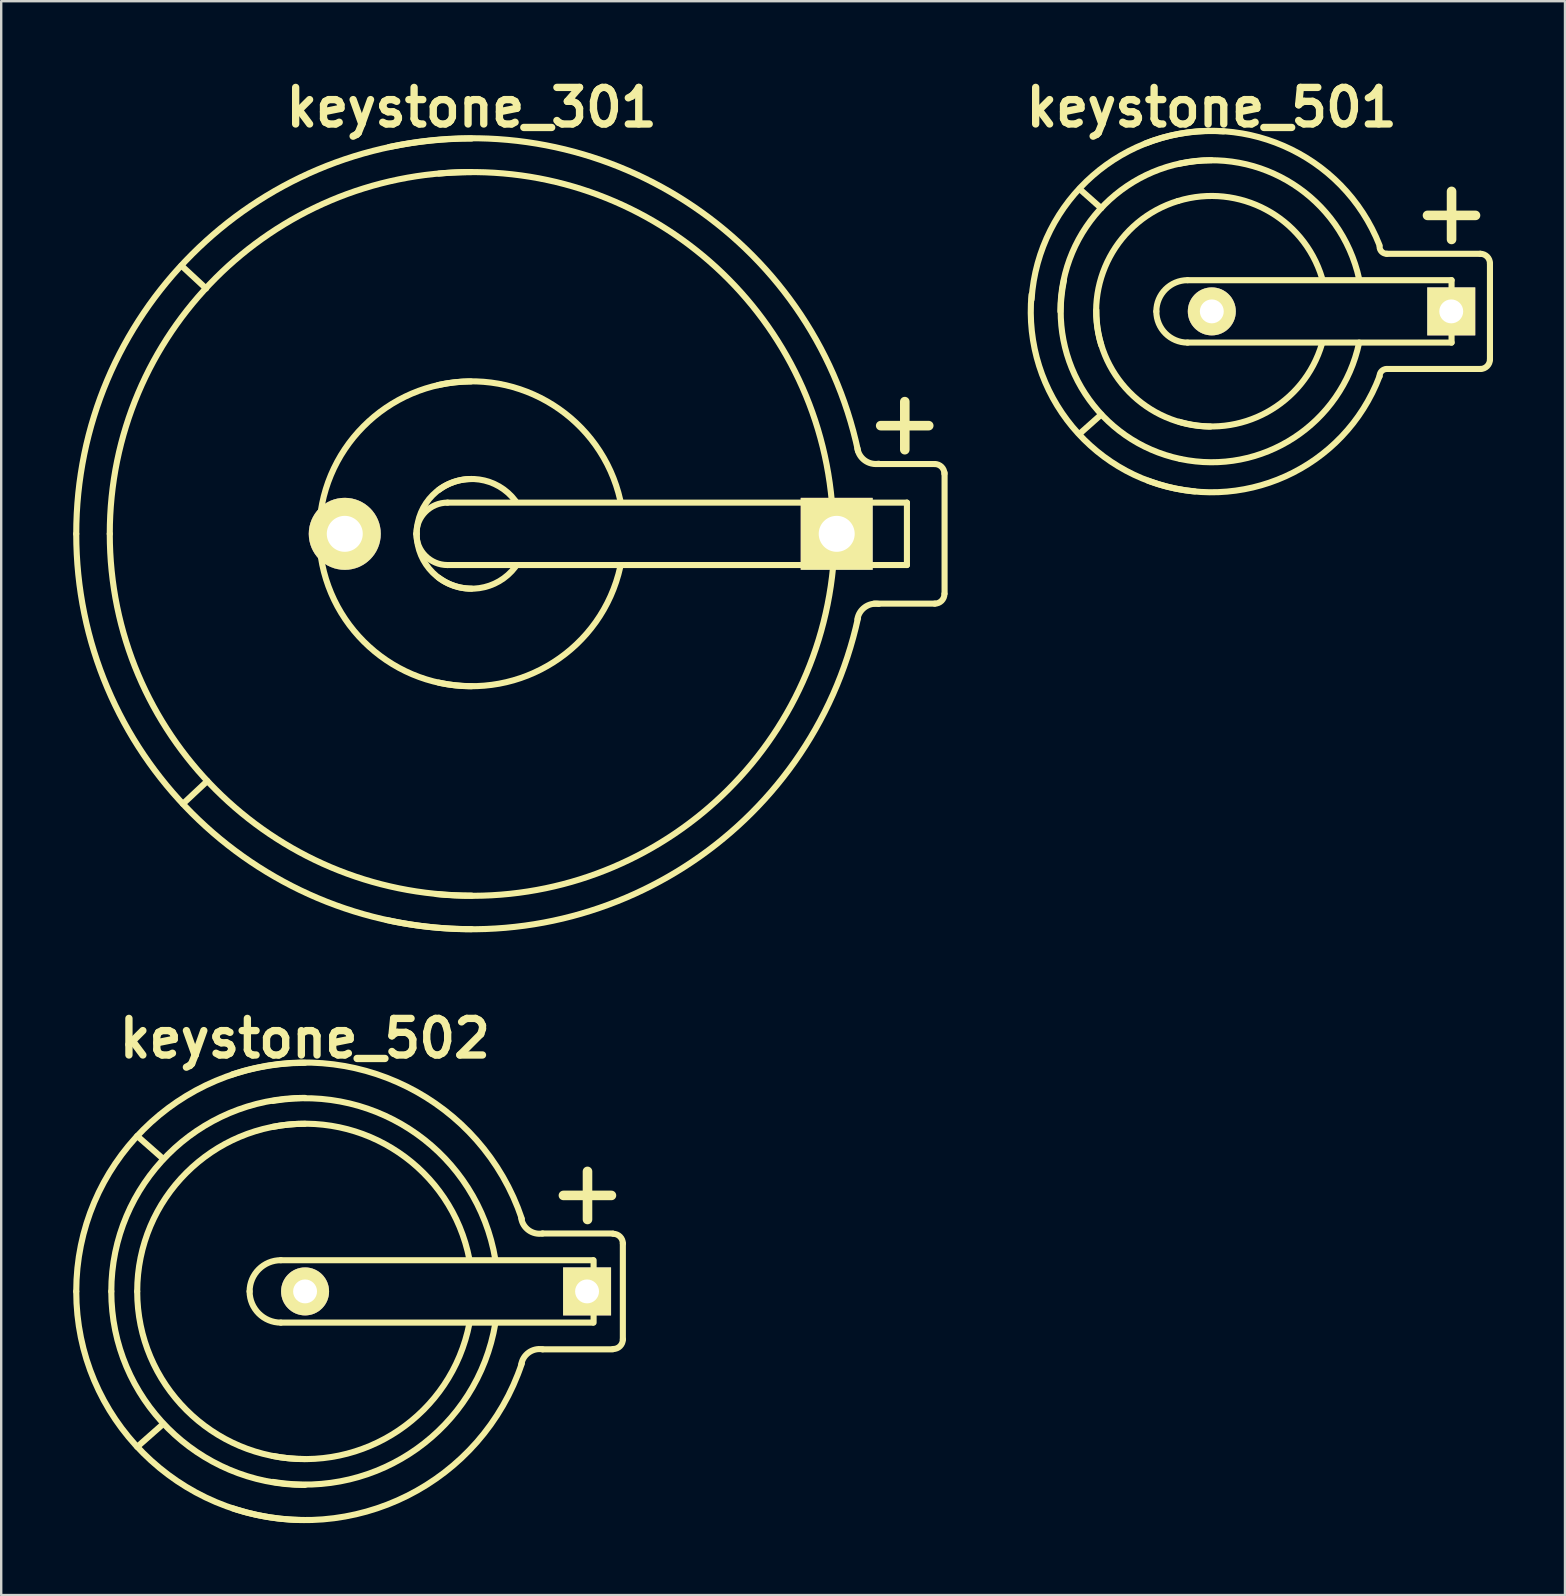
<source format=kicad_pcb>
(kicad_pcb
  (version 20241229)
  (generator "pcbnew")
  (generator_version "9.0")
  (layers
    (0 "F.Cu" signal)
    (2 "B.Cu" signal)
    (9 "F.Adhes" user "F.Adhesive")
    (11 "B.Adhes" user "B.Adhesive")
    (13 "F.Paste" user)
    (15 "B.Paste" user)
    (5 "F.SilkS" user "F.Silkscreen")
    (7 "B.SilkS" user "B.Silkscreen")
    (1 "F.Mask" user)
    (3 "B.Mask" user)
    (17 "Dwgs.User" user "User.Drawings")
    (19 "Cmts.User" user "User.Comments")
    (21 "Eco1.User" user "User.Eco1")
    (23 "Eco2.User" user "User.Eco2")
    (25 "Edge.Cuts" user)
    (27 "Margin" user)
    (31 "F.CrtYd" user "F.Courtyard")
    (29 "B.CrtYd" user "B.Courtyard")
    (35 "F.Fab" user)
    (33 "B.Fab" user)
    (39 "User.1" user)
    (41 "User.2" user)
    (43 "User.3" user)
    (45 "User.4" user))
  (footprint "keystone_301"
    (layer "F.Cu")
    (at 16.599 19.194)
    (property "Reference" "keystone_301" (at 0 -17.767 0) (layer "F.SilkS") (effects (font (size 1.524 1.524) (thickness 0.305))))
    (attr through_hole)
    (fp_line (start -11.062 -10.223) (end -12.09 -11.176) (stroke (width 0.254) (type solid)) (layer "F.SilkS"))
    (fp_line (start -11.011 10.3) (end -12.027 11.252) (stroke (width 0.254) (type solid)) (layer "F.SilkS"))
    (fp_line (start -1.001 -1.3) (end 15.199 -1.3) (stroke (width 0.254) (type solid)) (layer "F.SilkS"))
    (fp_line (start 14.732 -1.3) (end 18.141 -1.3) (stroke (width 0.254) (type solid)) (layer "F.SilkS"))
    (fp_line (start 15.199 1.3) (end -1.001 1.3) (stroke (width 0.254) (type solid)) (layer "F.SilkS"))
    (fp_line (start 15.215 1.3) (end 18.141 1.3) (stroke (width 0.254) (type solid)) (layer "F.SilkS"))
    (fp_line (start 17.048 -4.508) (end 19.05 -4.508) (stroke (width 0.399) (type solid)) (layer "F.SilkS"))
    (fp_line (start 18.052 -3.505) (end 18.052 -5.509) (stroke (width 0.399) (type solid)) (layer "F.SilkS"))
    (fp_line (start 18.141 -1.3) (end 18.141 1.3) (stroke (width 0.254) (type solid)) (layer "F.SilkS"))
    (fp_line (start 19.291 -2.908) (end 16.828 -2.908) (stroke (width 0.254) (type solid)) (layer "F.SilkS"))
    (fp_line (start 19.304 2.908) (end 16.777 2.908) (stroke (width 0.254) (type solid)) (layer "F.SilkS"))
    (fp_line (start 19.71 -2.54) (end 19.71 2.489) (stroke (width 0.254) (type solid)) (layer "F.SilkS"))
    (fp_arc (start -16.4719 0) (mid -11.647392 -11.647392) (end 0 -16.4719) (stroke (width 0.254) (type solid)) (layer "F.SilkS"))
    (fp_arc (start -15.0749 0) (mid -10.659564 -10.659564) (end 0 -15.0749) (stroke (width 0.254) (type solid)) (layer "F.SilkS"))
    (fp_arc (start -6.35 0.0254) (mid -4.508089 -4.472168) (end -0.0254 -6.35) (stroke (width 0.254) (type solid)) (layer "F.SilkS"))
    (fp_arc (start -3.4417 -16.1163) (mid 8.953315 -13.833314) (end 16.1036 -3.4544) (stroke (width 0.254) (type solid)) (layer "F.SilkS"))
    (fp_arc (start -2.30124 0) (mid -1.920338 -0.919578) (end -1.00076 -1.30048) (stroke (width 0.254) (type solid)) (layer "F.SilkS"))
    (fp_arc (start -2.286 0) (mid -1.616446 -1.616446) (end 0 -2.286) (stroke (width 0.254) (type solid)) (layer "F.SilkS"))
    (fp_arc (start -1.397 -6.1976) (mid 3.394537 -5.370193) (end 6.1976 -1.397) (stroke (width 0.254) (type solid)) (layer "F.SilkS"))
    (fp_arc (start -1.3716 -1.8288) (mid 0.323289 -2.263025) (end 1.8288 -1.3716) (stroke (width 0.254) (type solid)) (layer "F.SilkS"))
    (fp_arc (start -1.3589 -15.0114) (mid 9.653775 -11.57555) (end 15.0114 -1.3589) (stroke (width 0.254) (type solid)) (layer "F.SilkS"))
    (fp_arc (start -1.00076 1.30048) (mid -1.920338 0.919578) (end -2.30124 0) (stroke (width 0.254) (type solid)) (layer "F.SilkS"))
    (fp_arc (start 0 2.286) (mid -1.616446 1.616446) (end -2.286 0) (stroke (width 0.254) (type solid)) (layer "F.SilkS"))
    (fp_arc (start 0 6.35) (mid -4.490128 4.490128) (end -6.35 0) (stroke (width 0.254) (type solid)) (layer "F.SilkS"))
    (fp_arc (start 0 15.0749) (mid -10.659564 10.659564) (end -15.0749 0) (stroke (width 0.254) (type solid)) (layer "F.SilkS"))
    (fp_arc (start 0 16.4719) (mid -11.647392 11.647392) (end -16.4719 0) (stroke (width 0.254) (type solid)) (layer "F.SilkS"))
    (fp_arc (start 1.8288 1.3716) (mid 0.323289 2.263025) (end -1.3716 1.8288) (stroke (width 0.254) (type solid)) (layer "F.SilkS"))
    (fp_arc (start 6.1976 1.3716) (mid 3.412497 5.352233) (end -1.3716 6.1976) (stroke (width 0.254) (type solid)) (layer "F.SilkS"))
    (fp_arc (start 15.0622 1.4097) (mid 9.617854 11.632513) (end -1.4605 15.0114) (stroke (width 0.254) (type solid)) (layer "F.SilkS"))
    (fp_arc (start 16.0782 3.556) (mid 16.391187 3.054382) (end 16.9672 2.921) (stroke (width 0.254) (type solid)) (layer "F.SilkS"))
    (fp_arc (start 16.1036 3.5052) (mid 8.886734 13.867056) (end -3.5433 16.0909) (stroke (width 0.254) (type solid)) (layer "F.SilkS"))
    (fp_arc (start 16.9672 -2.921) (mid 16.391187 -3.054382) (end 16.0782 -3.556) (stroke (width 0.254) (type solid)) (layer "F.SilkS"))
    (fp_arc (start 19.30146 -2.9083) (mid 19.585236 -2.790756) (end 19.70278 -2.50698) (stroke (width 0.254) (type solid)) (layer "F.SilkS"))
    (fp_arc (start 19.70278 2.50698) (mid 19.585236 2.790756) (end 19.30146 2.9083) (stroke (width 0.254) (type solid)) (layer "F.SilkS"))
    (pad "1" thru_hole rect (at 15.215 0) (size 2.997 2.997) (drill 1.499) (layers "*.Cu" "*.Mask" "F.SilkS"))
    (pad "2" thru_hole circle (at -5.283 0) (size 3 3) (drill 1.499) (layers "*.Cu" "*.Mask" "F.SilkS")))
  (footprint "keystone_502"
    (layer "F.Cu")
    (at 9.652 50.761)
    (property "Reference" "keystone_502" (at 0 -10.541 0) (layer "F.SilkS") (effects (font (size 1.524 1.524) (thickness 0.305))))
    (attr through_hole)
    (fp_line (start -6.985 -6.477) (end -5.905 -5.524) (stroke (width 0.254) (type solid)) (layer "F.SilkS"))
    (fp_line (start -6.985 6.477) (end -5.905 5.524) (stroke (width 0.254) (type solid)) (layer "F.SilkS"))
    (fp_line (start -1.001 -1.3) (end 11.999 -1.3) (stroke (width 0.254) (type solid)) (layer "F.SilkS"))
    (fp_line (start 9.906 2.413) (end 12.827 2.413) (stroke (width 0.254) (type solid)) (layer "F.SilkS"))
    (fp_line (start 10.775 -4) (end 12.776 -4) (stroke (width 0.399) (type solid)) (layer "F.SilkS"))
    (fp_line (start 11.778 -2.997) (end 11.778 -5.001) (stroke (width 0.399) (type solid)) (layer "F.SilkS"))
    (fp_line (start 11.999 1.3) (end -1.001 1.3) (stroke (width 0.254) (type solid)) (layer "F.SilkS"))
    (fp_line (start 12.032 -1.3) (end 12.032 1.3) (stroke (width 0.254) (type solid)) (layer "F.SilkS"))
    (fp_line (start 12.827 -2.413) (end 9.906 -2.413) (stroke (width 0.254) (type solid)) (layer "F.SilkS"))
    (fp_line (start 13.251 1.999) (end 13.251 -1.999) (stroke (width 0.254) (type solid)) (layer "F.SilkS"))
    (fp_arc (start -9.525 0) (mid -6.735192 -6.735192) (end 0 -9.525) (stroke (width 0.254) (type solid)) (layer "F.SilkS"))
    (fp_arc (start -8.0645 0) (mid -5.702463 -5.702463) (end 0 -8.0645) (stroke (width 0.254) (type solid)) (layer "F.SilkS"))
    (fp_arc (start -6.985 0) (mid -4.939141 -4.939141) (end 0 -6.985) (stroke (width 0.254) (type solid)) (layer "F.SilkS"))
    (fp_arc (start -3.0226 -9.0424) (mid 4.256641 -8.531243) (end 9.0424 -3.0226) (stroke (width 0.254) (type solid)) (layer "F.SilkS"))
    (fp_arc (start -2.30124 0) (mid -1.920338 -0.919578) (end -1.00076 -1.30048) (stroke (width 0.254) (type solid)) (layer "F.SilkS"))
    (fp_arc (start -1.3335 -7.9375) (mid 4.669733 -6.555587) (end 7.9375 -1.3335) (stroke (width 0.254) (type solid)) (layer "F.SilkS"))
    (fp_arc (start -1.3335 -6.858) (mid 3.906411 -5.792265) (end 6.858 -1.3335) (stroke (width 0.254) (type solid)) (layer "F.SilkS"))
    (fp_arc (start -1.00076 1.30048) (mid -1.920338 0.919578) (end -2.30124 0) (stroke (width 0.254) (type solid)) (layer "F.SilkS"))
    (fp_arc (start 0 6.985) (mid -4.939141 4.939141) (end -6.985 0) (stroke (width 0.254) (type solid)) (layer "F.SilkS"))
    (fp_arc (start 0 8.0645) (mid -5.702463 5.702463) (end -8.0645 0) (stroke (width 0.254) (type solid)) (layer "F.SilkS"))
    (fp_arc (start 0 9.525) (mid -6.735192 6.735192) (end -9.525 0) (stroke (width 0.254) (type solid)) (layer "F.SilkS"))
    (fp_arc (start 6.858 1.3335) (mid 3.906411 5.792265) (end -1.3335 6.858) (stroke (width 0.254) (type solid)) (layer "F.SilkS"))
    (fp_arc (start 7.9375 1.3335) (mid 4.669733 6.555587) (end -1.3335 7.9375) (stroke (width 0.254) (type solid)) (layer "F.SilkS"))
    (fp_arc (start 9.017 3.048) (mid 9.329987 2.546382) (end 9.906 2.413) (stroke (width 0.254) (type solid)) (layer "F.SilkS"))
    (fp_arc (start 9.0424 2.9972) (mid 4.274602 8.513283) (end -2.9972 9.0424) (stroke (width 0.254) (type solid)) (layer "F.SilkS"))
    (fp_arc (start 9.906 -2.413) (mid 9.329987 -2.546382) (end 9.017 -3.048) (stroke (width 0.254) (type solid)) (layer "F.SilkS"))
    (fp_arc (start 12.84986 -2.4003) (mid 13.133636 -2.282756) (end 13.25118 -1.99898) (stroke (width 0.254) (type solid)) (layer "F.SilkS"))
    (fp_arc (start 13.25118 1.99898) (mid 13.133636 2.282756) (end 12.84986 2.4003) (stroke (width 0.254) (type solid)) (layer "F.SilkS"))
    (pad "1" thru_hole rect (at 11.76 0) (size 1.999 1.999) (drill 0.996) (layers "*.Cu" "*.Mask" "F.SilkS"))
    (pad "2" thru_hole circle (at 0.01 0) (size 1.999 1.999) (drill 0.996) (layers "*.Cu" "*.Mask" "F.SilkS")))
  (footprint "keystone_501"
    (layer "F.Cu")
    (at 47.434 9.925)
    (property "Reference" "keystone_501" (at 0 -8.499 0) (layer "F.SilkS") (effects (font (size 1.524 1.524) (thickness 0.305))))
    (attr through_hole)
    (fp_line (start -5.499 -5.1) (end -4.6 -4.3) (stroke (width 0.254) (type solid)) (layer "F.SilkS"))
    (fp_line (start -5.499 5.1) (end -4.6 4.3) (stroke (width 0.254) (type solid)) (layer "F.SilkS"))
    (fp_line (start -1.001 -1.3) (end 10 -1.3) (stroke (width 0.254) (type solid)) (layer "F.SilkS"))
    (fp_line (start 8.997 -4) (end 10.998 -4) (stroke (width 0.399) (type solid)) (layer "F.SilkS"))
    (fp_line (start 10 -2.997) (end 10 -5.001) (stroke (width 0.399) (type solid)) (layer "F.SilkS"))
    (fp_line (start 10 -1.3) (end 10 1.3) (stroke (width 0.254) (type solid)) (layer "F.SilkS"))
    (fp_line (start 10 1.3) (end -1.001 1.3) (stroke (width 0.254) (type solid)) (layer "F.SilkS"))
    (fp_line (start 11.199 -2.4) (end 7.3 -2.4) (stroke (width 0.254) (type solid)) (layer "F.SilkS"))
    (fp_line (start 11.199 2.4) (end 7.3 2.4) (stroke (width 0.254) (type solid)) (layer "F.SilkS"))
    (fp_line (start 11.6 1.999) (end 11.6 -1.999) (stroke (width 0.254) (type solid)) (layer "F.SilkS"))
    (fp_arc (start -7.50062 -0.50038) (mid -4.949917 -5.657561) (end 0.50038 -7.50062) (stroke (width 0.254) (type solid)) (layer "F.SilkS"))
    (fp_arc (start -6.2992 0) (mid -4.454207 -4.454207) (end 0 -6.2992) (stroke (width 0.254) (type solid)) (layer "F.SilkS"))
    (fp_arc (start -4.59994 1.39954) (mid -4.242273 -2.263025) (end -1.39954 -4.59994) (stroke (width 0.254) (type solid)) (layer "F.SilkS"))
    (fp_arc (start -2.75082 -7.00024) (mid 3.004794 -6.895041) (end 7.00024 -2.75082) (stroke (width 0.254) (type solid)) (layer "F.SilkS"))
    (fp_arc (start -2.30124 0) (mid -1.920338 -0.919578) (end -1.00076 -1.30048) (stroke (width 0.254) (type solid)) (layer "F.SilkS"))
    (fp_arc (start -1.39954 -4.59994) (mid 2.263025 -4.242273) (end 4.59994 -1.39954) (stroke (width 0.254) (type solid)) (layer "F.SilkS"))
    (fp_arc (start -1.34874 -6.14934) (mid 3.394537 -5.301943) (end 6.14934 -1.34874) (stroke (width 0.254) (type solid)) (layer "F.SilkS"))
    (fp_arc (start -1.30048 6.14934) (mid -5.267818 3.428662) (end -6.14934 -1.30048) (stroke (width 0.254) (type solid)) (layer "F.SilkS"))
    (fp_arc (start -1.00076 1.30048) (mid -1.920338 0.919578) (end -2.30124 0) (stroke (width 0.254) (type solid)) (layer "F.SilkS"))
    (fp_arc (start -0.70104 7.50062) (mid -5.799449 4.808029) (end -7.50062 -0.70104) (stroke (width 0.254) (type solid)) (layer "F.SilkS"))
    (fp_arc (start -0.0508 4.8006) (mid -3.430458 3.358616) (end -4.8006 -0.0508) (stroke (width 0.254) (type solid)) (layer "F.SilkS"))
    (fp_arc (start 4.59994 1.34874) (mid 2.298946 4.206352) (end -1.34874 4.59994) (stroke (width 0.254) (type solid)) (layer "F.SilkS"))
    (fp_arc (start 6.14934 1.30048) (mid 3.428662 5.267818) (end -1.30048 6.14934) (stroke (width 0.254) (type solid)) (layer "F.SilkS"))
    (fp_arc (start 7.00024 2.70002) (mid 3.076636 6.873999) (end -2.64922 7.05104) (stroke (width 0.254) (type solid)) (layer "F.SilkS"))
    (fp_arc (start 7.00024 2.70002) (mid 7.088026 2.488086) (end 7.29996 2.4003) (stroke (width 0.254) (type solid)) (layer "F.SilkS"))
    (fp_arc (start 7.29996 -2.4003) (mid 7.088026 -2.488086) (end 7.00024 -2.70002) (stroke (width 0.254) (type solid)) (layer "F.SilkS"))
    (fp_arc (start 11.19886 -2.4003) (mid 11.482636 -2.282756) (end 11.60018 -1.99898) (stroke (width 0.254) (type solid)) (layer "F.SilkS"))
    (fp_arc (start 11.60018 1.99898) (mid 11.482636 2.282756) (end 11.19886 2.4003) (stroke (width 0.254) (type solid)) (layer "F.SilkS"))
    (pad "1" thru_hole rect (at 9.987 0) (size 1.999 1.999) (drill 0.996) (layers "*.Cu" "*.Mask" "F.SilkS"))
    (pad "2" thru_hole circle (at 0.01 0) (size 1.999 1.999) (drill 0.996) (layers "*.Cu" "*.Mask" "F.SilkS")))
  (gr_rect
    (start -3 -3)
    (end 62.161 63.415)
    (stroke (width 0.1) (type default))
    (fill no)
    (layer "Edge.Cuts")))
</source>
